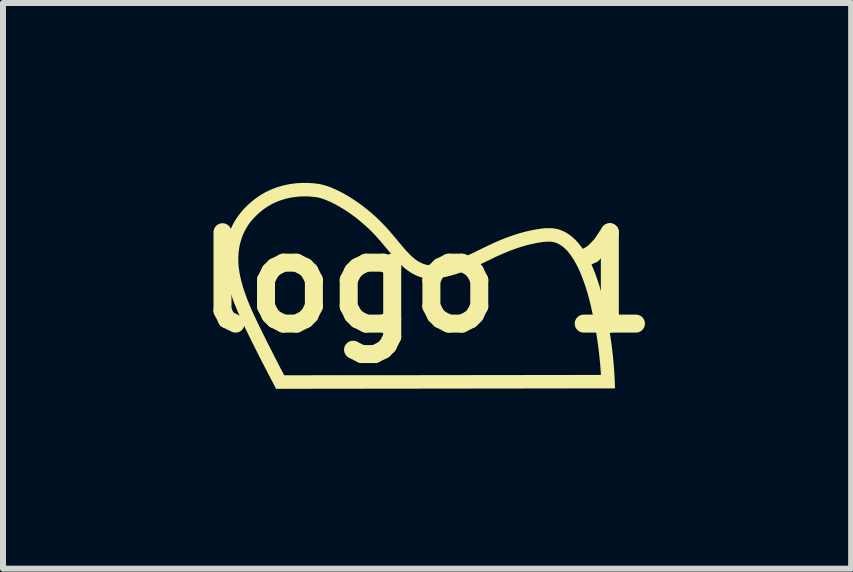
<source format=kicad_pcb>
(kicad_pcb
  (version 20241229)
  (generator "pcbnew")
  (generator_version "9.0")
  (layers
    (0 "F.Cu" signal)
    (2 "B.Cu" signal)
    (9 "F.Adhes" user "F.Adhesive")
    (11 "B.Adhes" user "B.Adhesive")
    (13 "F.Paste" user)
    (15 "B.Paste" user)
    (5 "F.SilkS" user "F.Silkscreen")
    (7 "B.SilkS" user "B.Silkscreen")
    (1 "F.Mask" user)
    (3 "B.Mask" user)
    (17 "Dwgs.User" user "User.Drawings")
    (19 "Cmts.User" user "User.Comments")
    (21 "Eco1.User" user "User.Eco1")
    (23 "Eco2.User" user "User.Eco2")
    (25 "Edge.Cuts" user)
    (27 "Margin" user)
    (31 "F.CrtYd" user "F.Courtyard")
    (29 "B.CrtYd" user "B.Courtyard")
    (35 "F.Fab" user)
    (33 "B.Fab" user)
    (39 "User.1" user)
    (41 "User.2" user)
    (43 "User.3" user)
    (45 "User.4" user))
  (footprint "logo 1"
    (layer "F.Cu")
    (at 4.071 1.657)
    (property "Reference" "logo 1" (at 0 0 0) (layer "F.SilkS") (effects (font (size 1.524 1.524) (thickness 0.3))))
    (attr board_only exclude_from_pos_files exclude_from_bom)
    (fp_poly (pts (xy -1.962 -1.655) (xy -1.912 -1.652) (xy -1.862 -1.647) (xy -1.815 -1.641) (xy -1.769 -1.633) (xy -1.769 -1.633) (xy -1.735 -1.625) (xy -1.7 -1.615) (xy -1.663 -1.603) (xy -1.625 -1.59) (xy -1.585 -1.574) (xy -1.544 -1.556) (xy -1.502 -1.537) (xy -1.459 -1.516) (xy -1.415 -1.493) (xy -1.371 -1.469) (xy -1.326 -1.443) (xy -1.281 -1.416) (xy -1.236 -1.387) (xy -1.211 -1.371) (xy -1.137 -1.32) (xy -1.064 -1.266) (xy -0.993 -1.21) (xy -0.923 -1.152) (xy -0.855 -1.091) (xy -0.789 -1.028) (xy -0.724 -0.962) (xy -0.664 -0.898) (xy -0.653 -0.885) (xy -0.641 -0.871) (xy -0.628 -0.857) (xy -0.614 -0.841) (xy -0.6 -0.824) (xy -0.584 -0.806) (xy -0.567 -0.786) (xy -0.549 -0.764) (xy -0.529 -0.74) (xy -0.508 -0.715) (xy -0.484 -0.687) (xy -0.472 -0.672) (xy -0.45 -0.646) (xy -0.429 -0.621) (xy -0.411 -0.599) (xy -0.394 -0.58) (xy -0.379 -0.562) (xy -0.365 -0.547) (xy -0.353 -0.533) (xy -0.351 -0.53) (xy -0.322 -0.499) (xy -0.294 -0.47) (xy -0.268 -0.444) (xy -0.242 -0.42) (xy -0.216 -0.399) (xy -0.191 -0.379) (xy -0.167 -0.362) (xy -0.142 -0.346) (xy -0.117 -0.333) (xy -0.092 -0.32) (xy -0.066 -0.31) (xy -0.04 -0.301) (xy -0.028 -0.297) (xy -0.017 -0.294) (xy -0.008 -0.292) (xy -0.000367 -0.29) (xy 0.007 -0.288) (xy 0.015 -0.287) (xy 0.023 -0.287) (xy 0.033 -0.286) (xy 0.044 -0.286) (xy 0.057 -0.286) (xy 0.067 -0.286) (xy 0.081 -0.286) (xy 0.094 -0.286) (xy 0.104 -0.286) (xy 0.114 -0.287) (xy 0.122 -0.287) (xy 0.131 -0.288) (xy 0.14 -0.289) (xy 0.141 -0.289) (xy 0.189 -0.296) (xy 0.238 -0.305) (xy 0.29 -0.316) (xy 0.343 -0.33) (xy 0.397 -0.345) (xy 0.453 -0.363) (xy 0.511 -0.383) (xy 0.57 -0.405) (xy 0.63 -0.429) (xy 0.691 -0.455) (xy 0.705 -0.461) (xy 0.718 -0.467) (xy 0.732 -0.473) (xy 0.745 -0.479) (xy 0.759 -0.486) (xy 0.774 -0.493) (xy 0.79 -0.5) (xy 0.807 -0.509) (xy 0.826 -0.518) (xy 0.846 -0.528) (xy 0.869 -0.539) (xy 0.881 -0.545) (xy 0.926 -0.567) (xy 0.969 -0.588) (xy 1.01 -0.608) (xy 1.049 -0.626) (xy 1.086 -0.643) (xy 1.121 -0.659) (xy 1.156 -0.675) (xy 1.189 -0.689) (xy 1.221 -0.703) (xy 1.253 -0.716) (xy 1.284 -0.728) (xy 1.315 -0.74) (xy 1.346 -0.752) (xy 1.378 -0.763) (xy 1.406 -0.773) (xy 1.467 -0.794) (xy 1.529 -0.813) (xy 1.591 -0.831) (xy 1.653 -0.847) (xy 1.714 -0.861) (xy 1.775 -0.874) (xy 1.834 -0.884) (xy 1.892 -0.893) (xy 1.945 -0.9) (xy 1.955 -0.9) (xy 1.968 -0.901) (xy 1.983 -0.902) (xy 1.998 -0.902) (xy 2.015 -0.902) (xy 2.031 -0.902) (xy 2.047 -0.902) (xy 2.063 -0.902) (xy 2.077 -0.902) (xy 2.089 -0.901) (xy 2.099 -0.9) (xy 2.104 -0.9) (xy 2.127 -0.896) (xy 2.149 -0.892) (xy 2.169 -0.888) (xy 2.188 -0.883) (xy 2.209 -0.877) (xy 2.213 -0.875) (xy 2.251 -0.861) (xy 2.289 -0.844) (xy 2.326 -0.824) (xy 2.362 -0.801) (xy 2.397 -0.775) (xy 2.432 -0.746) (xy 2.466 -0.715) (xy 2.5 -0.68) (xy 2.532 -0.643) (xy 2.564 -0.603) (xy 2.595 -0.56) (xy 2.606 -0.543) (xy 2.636 -0.496) (xy 2.665 -0.447) (xy 2.694 -0.394) (xy 2.722 -0.338) (xy 2.749 -0.28) (xy 2.775 -0.219) (xy 2.801 -0.154) (xy 2.825 -0.087) (xy 2.849 -0.017) (xy 2.873 0.055) (xy 2.895 0.131) (xy 2.917 0.209) (xy 2.938 0.29) (xy 2.958 0.374) (xy 2.977 0.461) (xy 2.996 0.551) (xy 3.014 0.643) (xy 3.031 0.738) (xy 3.04 0.793) (xy 3.053 0.876) (xy 3.065 0.956) (xy 3.076 1.035) (xy 3.086 1.112) (xy 3.095 1.188) (xy 3.103 1.264) (xy 3.11 1.339) (xy 3.116 1.415) (xy 3.122 1.492) (xy 3.126 1.57) (xy 3.128 1.592) (xy 3.128 1.602) (xy 3.129 1.614) (xy 3.129 1.626) (xy 3.13 1.64) (xy 3.13 1.654) (xy 3.131 1.669) (xy 3.132 1.684) (xy 3.132 1.698) (xy 3.133 1.712) (xy 3.133 1.726) (xy 3.134 1.738) (xy 3.134 1.748) (xy 3.134 1.757) (xy 3.135 1.764) (xy 3.135 1.768) (xy 3.135 1.769) (xy 3.135 1.769) (xy 3.133 1.769) (xy 3.129 1.769) (xy 3.121 1.77) (xy 3.111 1.77) (xy 3.098 1.77) (xy 3.083 1.77) (xy 3.064 1.77) (xy 3.043 1.77) (xy 3.02 1.77) (xy 2.994 1.77) (xy 2.966 1.77) (xy 2.935 1.77) (xy 2.902 1.77) (xy 2.866 1.77) (xy 2.829 1.77) (xy 2.789 1.77) (xy 2.747 1.77) (xy 2.703 1.77) (xy 2.658 1.77) (xy 2.61 1.77) (xy 2.56 1.77) (xy 2.509 1.77) (xy 2.456 1.77) (xy 2.401 1.77) (xy 2.344 1.771) (xy 2.286 1.771) (xy 2.226 1.771) (xy 2.165 1.771) (xy 2.103 1.771) (xy 2.039 1.771) (xy 1.974 1.771) (xy 1.907 1.771) (xy 1.839 1.771) (xy 1.771 1.771) (xy 1.701 1.771) (xy 1.63 1.771) (xy 1.558 1.772) (xy 1.485 1.772) (xy 1.412 1.772) (xy 1.337 1.772) (xy 1.262 1.772) (xy 1.186 1.772) (xy 1.11 1.772) (xy 1.033 1.772) (xy 0.955 1.772) (xy 0.877 1.772) (xy 0.799 1.772) (xy 0.72 1.773) (xy 0.641 1.773) (xy 0.562 1.773) (xy 0.483 1.773) (xy 0.403 1.773) (xy 0.324 1.773) (xy 0.244 1.773) (xy 0.165 1.773) (xy 0.085 1.773) (xy 0.006 1.773) (xy -0.073 1.773) (xy -0.152 1.774) (xy -0.23 1.774) (xy -0.308 1.774) (xy -0.386 1.774) (xy -0.463 1.774) (xy -0.54 1.774) (xy -0.615 1.774) (xy -0.691 1.774) (xy -0.765 1.774) (xy -0.839 1.774) (xy -0.912 1.774) (xy -0.984 1.774) (xy -1.055 1.775) (xy -1.125 1.775) (xy -1.193 1.775) (xy -1.261 1.775) (xy -1.328 1.775) (xy -1.393 1.775) (xy -1.457 1.775) (xy -1.52 1.775) (xy -1.581 1.775) (xy -1.641 1.775) (xy -1.699 1.775) (xy -1.756 1.775) (xy -1.811 1.775) (xy -1.864 1.775) (xy -1.916 1.776) (xy -1.966 1.776) (xy -2.014 1.776) (xy -2.06 1.776) (xy -2.104 1.776) (xy -2.146 1.776) (xy -2.186 1.776) (xy -2.224 1.776) (xy -2.259 1.776) (xy -2.293 1.776) (xy -2.324 1.776) (xy -2.352 1.776) (xy -2.379 1.776) (xy -2.402 1.776) (xy -2.424 1.776) (xy -2.442 1.776) (xy -2.458 1.776) (xy -2.471 1.776) (xy -2.482 1.776) (xy -2.486 1.776) (xy -2.517 1.776) (xy -2.521 1.768) (xy -2.525 1.762) (xy -2.53 1.753) (xy -2.536 1.741) (xy -2.543 1.728) (xy -2.551 1.712) (xy -2.56 1.695) (xy -2.57 1.676) (xy -2.581 1.655) (xy -2.593 1.633) (xy -2.605 1.61) (xy -2.617 1.586) (xy -2.63 1.561) (xy -2.644 1.535) (xy -2.657 1.509) (xy -2.671 1.482) (xy -2.685 1.455) (xy -2.699 1.428) (xy -2.713 1.402) (xy -2.726 1.375) (xy -2.74 1.349) (xy -2.753 1.324) (xy -2.765 1.299) (xy -2.778 1.275) (xy -2.789 1.253) (xy -2.796 1.24) (xy -2.827 1.177) (xy -2.858 1.117) (xy -2.886 1.06) (xy -2.914 1.005) (xy -2.94 0.952) (xy -2.965 0.901) (xy -2.989 0.852) (xy -3.012 0.806) (xy -3.033 0.761) (xy -3.054 0.718) (xy -3.073 0.676) (xy -3.091 0.637) (xy -3.109 0.598) (xy -3.125 0.561) (xy -3.141 0.526) (xy -3.156 0.491) (xy -3.17 0.458) (xy -3.183 0.426) (xy -3.196 0.394) (xy -3.208 0.364) (xy -3.219 0.334) (xy -3.222 0.329) (xy -3.248 0.257) (xy -3.271 0.186) (xy -3.293 0.118) (xy -3.311 0.05) (xy -3.327 -0.016) (xy -3.341 -0.08) (xy -3.352 -0.144) (xy -3.361 -0.206) (xy -3.367 -0.268) (xy -3.371 -0.328) (xy -3.372 -0.387) (xy -3.147 -0.387) (xy -3.146 -0.329) (xy -3.142 -0.272) (xy -3.137 -0.228) (xy -3.131 -0.183) (xy -3.123 -0.137) (xy -3.113 -0.089) (xy -3.102 -0.041) (xy -3.089 0.009) (xy -3.075 0.06) (xy -3.058 0.113) (xy -3.04 0.167) (xy -3.021 0.222) (xy -2.999 0.28) (xy -2.976 0.339) (xy -2.95 0.4) (xy -2.923 0.464) (xy -2.894 0.529) (xy -2.875 0.569) (xy -2.863 0.595) (xy -2.85 0.623) (xy -2.836 0.653) (xy -2.82 0.686) (xy -2.803 0.72) (xy -2.785 0.756) (xy -2.767 0.794) (xy -2.747 0.834) (xy -2.727 0.874) (xy -2.706 0.916) (xy -2.685 0.959) (xy -2.663 1.003) (xy -2.641 1.047) (xy -2.618 1.092) (xy -2.595 1.137) (xy -2.572 1.182) (xy -2.549 1.228) (xy -2.526 1.273) (xy -2.503 1.317) (xy -2.48 1.362) (xy -2.458 1.405) (xy -2.436 1.448) (xy -2.422 1.473) (xy -2.382 1.551) (xy -2.355 1.551) (xy -2.353 1.551) (xy -2.347 1.551) (xy -2.339 1.551) (xy -2.328 1.551) (xy -2.314 1.551) (xy -2.298 1.551) (xy -2.278 1.551) (xy -2.256 1.551) (xy -2.232 1.551) (xy -2.204 1.551) (xy -2.175 1.551) (xy -2.142 1.551) (xy -2.108 1.551) (xy -2.071 1.551) (xy -2.032 1.551) (xy -1.99 1.551) (xy -1.946 1.551) (xy -1.9 1.55) (xy -1.852 1.55) (xy -1.802 1.55) (xy -1.75 1.55) (xy -1.696 1.55) (xy -1.64 1.55) (xy -1.582 1.55) (xy -1.522 1.55) (xy -1.461 1.55) (xy -1.397 1.55) (xy -1.332 1.55) (xy -1.266 1.55) (xy -1.198 1.55) (xy -1.128 1.55) (xy -1.057 1.55) (xy -0.984 1.549) (xy -0.91 1.549) (xy -0.835 1.549) (xy -0.758 1.549) (xy -0.68 1.549) (xy -0.601 1.549) (xy -0.521 1.549) (xy -0.439 1.549) (xy -0.357 1.549) (xy -0.273 1.549) (xy -0.189 1.549) (xy -0.104 1.549) (xy -0.018 1.548) (xy 0.069 1.548) (xy 0.157 1.548) (xy 0.245 1.548) (xy 0.285 1.548) (xy 0.373 1.548) (xy 0.461 1.548) (xy 0.548 1.548) (xy 0.635 1.548) (xy 0.72 1.548) (xy 0.805 1.547) (xy 0.888 1.547) (xy 0.971 1.547) (xy 1.052 1.547) (xy 1.133 1.547) (xy 1.212 1.547) (xy 1.29 1.547) (xy 1.367 1.547) (xy 1.442 1.547) (xy 1.517 1.547) (xy 1.589 1.547) (xy 1.661 1.546) (xy 1.731 1.546) (xy 1.799 1.546) (xy 1.866 1.546) (xy 1.931 1.546) (xy 1.994 1.546) (xy 2.056 1.546) (xy 2.116 1.546) (xy 2.174 1.546) (xy 2.231 1.546) (xy 2.285 1.546) (xy 2.337 1.546) (xy 2.388 1.545) (xy 2.436 1.545) (xy 2.482 1.545) (xy 2.526 1.545) (xy 2.568 1.545) (xy 2.608 1.545) (xy 2.645 1.545) (xy 2.68 1.545) (xy 2.713 1.545) (xy 2.743 1.545) (xy 2.77 1.545) (xy 2.795 1.545) (xy 2.818 1.545) (xy 2.838 1.545) (xy 2.855 1.545) (xy 2.869 1.545) (xy 2.881 1.545) (xy 2.89 1.545) (xy 2.896 1.545) (xy 2.899 1.544) (xy 2.899 1.544) (xy 2.899 1.543) (xy 2.899 1.54) (xy 2.899 1.535) (xy 2.899 1.527) (xy 2.898 1.517) (xy 2.897 1.504) (xy 2.896 1.489) (xy 2.895 1.471) (xy 2.893 1.45) (xy 2.893 1.442) (xy 2.887 1.366) (xy 2.879 1.288) (xy 2.871 1.21) (xy 2.862 1.131) (xy 2.852 1.052) (xy 2.841 0.973) (xy 2.828 0.894) (xy 2.816 0.815) (xy 2.802 0.736) (xy 2.788 0.659) (xy 2.773 0.583) (xy 2.757 0.508) (xy 2.741 0.435) (xy 2.724 0.364) (xy 2.707 0.295) (xy 2.689 0.228) (xy 2.671 0.165) (xy 2.651 0.099) (xy 2.63 0.035) (xy 2.608 -0.026) (xy 2.587 -0.084) (xy 2.564 -0.14) (xy 2.541 -0.193) (xy 2.518 -0.244) (xy 2.494 -0.291) (xy 2.469 -0.337) (xy 2.444 -0.379) (xy 2.419 -0.419) (xy 2.393 -0.456) (xy 2.366 -0.49) (xy 2.34 -0.522) (xy 2.313 -0.55) (xy 2.285 -0.576) (xy 2.257 -0.599) (xy 2.229 -0.619) (xy 2.2 -0.636) (xy 2.171 -0.65) (xy 2.142 -0.662) (xy 2.119 -0.668) (xy 2.108 -0.671) (xy 2.098 -0.673) (xy 2.087 -0.675) (xy 2.076 -0.676) (xy 2.064 -0.677) (xy 2.05 -0.677) (xy 2.039 -0.678) (xy 2.02 -0.678) (xy 2.001 -0.677) (xy 1.982 -0.676) (xy 1.962 -0.675) (xy 1.941 -0.673) (xy 1.919 -0.67) (xy 1.894 -0.666) (xy 1.867 -0.662) (xy 1.861 -0.661) (xy 1.79 -0.647) (xy 1.719 -0.631) (xy 1.646 -0.613) (xy 1.573 -0.592) (xy 1.499 -0.568) (xy 1.424 -0.541) (xy 1.348 -0.512) (xy 1.282 -0.484) (xy 1.267 -0.478) (xy 1.254 -0.472) (xy 1.241 -0.466) (xy 1.228 -0.461) (xy 1.215 -0.455) (xy 1.203 -0.45) (xy 1.19 -0.444) (xy 1.177 -0.438) (xy 1.163 -0.432) (xy 1.149 -0.425) (xy 1.134 -0.418) (xy 1.118 -0.41) (xy 1.1 -0.401) (xy 1.081 -0.392) (xy 1.06 -0.382) (xy 1.038 -0.371) (xy 1.013 -0.359) (xy 0.987 -0.347) (xy 0.958 -0.332) (xy 0.928 -0.318) (xy 0.897 -0.303) (xy 0.869 -0.289) (xy 0.843 -0.277) (xy 0.817 -0.265) (xy 0.793 -0.254) (xy 0.77 -0.244) (xy 0.746 -0.234) (xy 0.722 -0.224) (xy 0.698 -0.213) (xy 0.691 -0.211) (xy 0.635 -0.189) (xy 0.579 -0.168) (xy 0.524 -0.15) (xy 0.47 -0.132) (xy 0.417 -0.117) (xy 0.366 -0.103) (xy 0.316 -0.091) (xy 0.267 -0.081) (xy 0.221 -0.073) (xy 0.176 -0.067) (xy 0.167 -0.066) (xy 0.146 -0.064) (xy 0.126 -0.062) (xy 0.108 -0.061) (xy 0.09 -0.06) (xy 0.071 -0.06) (xy 0.051 -0.06) (xy 0.049 -0.06) (xy 0.03 -0.061) (xy 0.014 -0.062) (xy -0.001 -0.063) (xy -0.014 -0.064) (xy -0.027 -0.066) (xy -0.04 -0.069) (xy -0.054 -0.072) (xy -0.069 -0.075) (xy -0.111 -0.087) (xy -0.153 -0.102) (xy -0.195 -0.12) (xy -0.235 -0.141) (xy -0.275 -0.165) (xy -0.315 -0.191) (xy -0.354 -0.221) (xy -0.393 -0.253) (xy -0.431 -0.288) (xy -0.465 -0.323) (xy -0.475 -0.334) (xy -0.485 -0.344) (xy -0.494 -0.353) (xy -0.503 -0.363) (xy -0.512 -0.373) (xy -0.52 -0.382) (xy -0.529 -0.392) (xy -0.539 -0.403) (xy -0.548 -0.414) (xy -0.559 -0.426) (xy -0.57 -0.44) (xy -0.583 -0.454) (xy -0.596 -0.47) (xy -0.611 -0.487) (xy -0.627 -0.507) (xy -0.645 -0.528) (xy -0.662 -0.549) (xy -0.684 -0.575) (xy -0.703 -0.598) (xy -0.721 -0.619) (xy -0.738 -0.639) (xy -0.753 -0.657) (xy -0.767 -0.674) (xy -0.78 -0.689) (xy -0.793 -0.703) (xy -0.804 -0.716) (xy -0.815 -0.729) (xy -0.825 -0.74) (xy -0.836 -0.752) (xy -0.846 -0.763) (xy -0.85 -0.768) (xy -0.905 -0.826) (xy -0.962 -0.883) (xy -1.021 -0.938) (xy -1.082 -0.991) (xy -1.144 -1.043) (xy -1.207 -1.092) (xy -1.271 -1.139) (xy -1.335 -1.183) (xy -1.401 -1.225) (xy -1.466 -1.264) (xy -1.505 -1.286) (xy -1.535 -1.302) (xy -1.566 -1.318) (xy -1.597 -1.333) (xy -1.628 -1.347) (xy -1.658 -1.36) (xy -1.687 -1.372) (xy -1.714 -1.383) (xy -1.741 -1.392) (xy -1.765 -1.4) (xy -1.788 -1.407) (xy -1.805 -1.411) (xy -1.84 -1.417) (xy -1.878 -1.422) (xy -1.917 -1.427) (xy -1.958 -1.43) (xy -1.999 -1.432) (xy -2.041 -1.432) (xy -2.083 -1.432) (xy -2.124 -1.43) (xy -2.156 -1.427) (xy -2.215 -1.42) (xy -2.273 -1.411) (xy -2.33 -1.399) (xy -2.386 -1.384) (xy -2.44 -1.367) (xy -2.493 -1.347) (xy -2.545 -1.325) (xy -2.594 -1.3) (xy -2.643 -1.272) (xy -2.689 -1.243) (xy -2.735 -1.21) (xy -2.756 -1.193) (xy -2.783 -1.171) (xy -2.809 -1.148) (xy -2.836 -1.123) (xy -2.862 -1.098) (xy -2.887 -1.072) (xy -2.91 -1.047) (xy -2.927 -1.027) (xy -2.959 -0.987) (xy -2.989 -0.944) (xy -3.016 -0.9) (xy -3.04 -0.855) (xy -3.063 -0.808) (xy -3.082 -0.76) (xy -3.099 -0.71) (xy -3.114 -0.659) (xy -3.126 -0.607) (xy -3.135 -0.553) (xy -3.142 -0.499) (xy -3.146 -0.443) (xy -3.147 -0.387) (xy -3.372 -0.387) (xy -3.372 -0.387) (xy -3.371 -0.446) (xy -3.367 -0.503) (xy -3.361 -0.56) (xy -3.353 -0.616) (xy -3.342 -0.672) (xy -3.333 -0.708) (xy -3.317 -0.765) (xy -3.3 -0.82) (xy -3.279 -0.873) (xy -3.257 -0.925) (xy -3.232 -0.975) (xy -3.204 -1.024) (xy -3.174 -1.072) (xy -3.141 -1.118) (xy -3.106 -1.164) (xy -3.068 -1.208) (xy -3.027 -1.251) (xy -2.983 -1.294) (xy -2.946 -1.327) (xy -2.898 -1.368) (xy -2.848 -1.406) (xy -2.797 -1.441) (xy -2.745 -1.473) (xy -2.691 -1.503) (xy -2.636 -1.53) (xy -2.58 -1.555) (xy -2.522 -1.577) (xy -2.463 -1.596) (xy -2.402 -1.613) (xy -2.34 -1.627) (xy -2.276 -1.639) (xy -2.267 -1.64) (xy -2.218 -1.647) (xy -2.168 -1.652) (xy -2.117 -1.655) (xy -2.065 -1.657) (xy -2.013 -1.657)) (stroke (width 0) (type solid)) (fill yes) (layer "F.SilkS")))
  (gr_rect
    (start -3 -3)
    (end 11.143 6.433)
    (stroke (width 0.1) (type default))
    (fill no)
    (layer "Edge.Cuts")))
</source>
